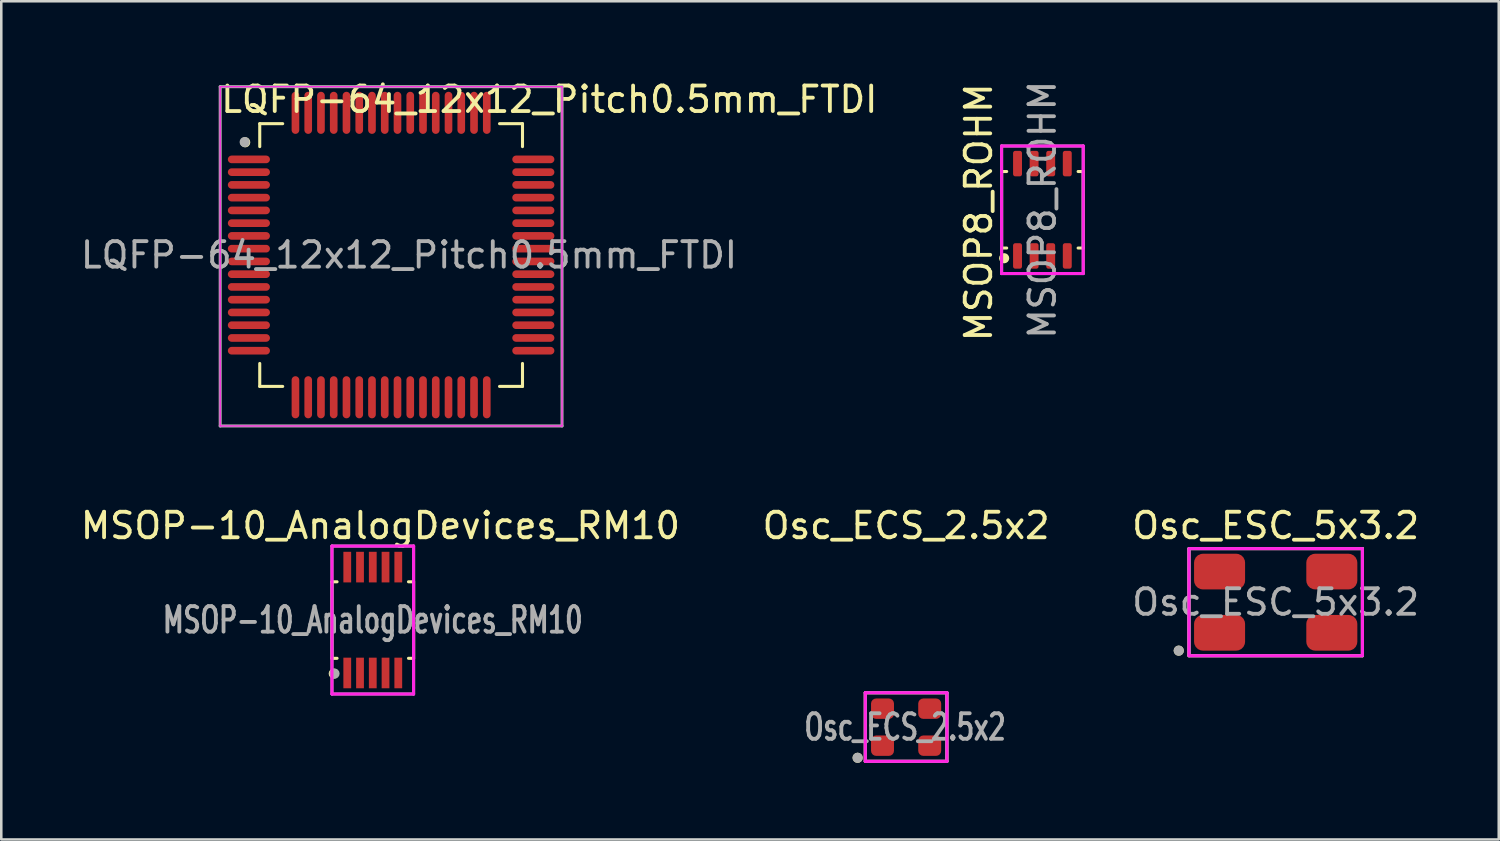
<source format=kicad_pcb>
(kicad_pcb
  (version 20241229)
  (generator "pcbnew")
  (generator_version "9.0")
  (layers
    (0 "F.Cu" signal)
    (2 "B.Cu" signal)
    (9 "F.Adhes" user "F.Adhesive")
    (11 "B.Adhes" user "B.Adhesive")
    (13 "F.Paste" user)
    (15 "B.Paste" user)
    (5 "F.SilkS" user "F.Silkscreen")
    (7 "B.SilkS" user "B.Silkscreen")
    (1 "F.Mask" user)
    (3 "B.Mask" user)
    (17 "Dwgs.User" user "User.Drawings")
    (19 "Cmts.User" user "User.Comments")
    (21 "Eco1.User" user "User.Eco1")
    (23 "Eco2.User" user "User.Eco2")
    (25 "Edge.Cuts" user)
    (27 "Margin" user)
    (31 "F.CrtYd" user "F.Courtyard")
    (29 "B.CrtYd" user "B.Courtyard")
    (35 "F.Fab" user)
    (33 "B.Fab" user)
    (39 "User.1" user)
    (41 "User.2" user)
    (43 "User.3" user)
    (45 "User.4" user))
  (footprint "LQFP-64_12x12_Pitch0.5mm_FTDI"
    (layer "F.Cu")
    (at 12.282 6.948)
    (property "Reference" "LQFP-64_12x12_Pitch0.5mm_FTDI" (at 6.2 -6.1 0) (layer "F.SilkS") (effects (font (size 1 1) (thickness 0.15))))
    (attr smd)
    (fp_line (start -5.15 -5.15) (end -5.15 -4.25) (stroke (width 0.12) (type solid)) (layer "F.SilkS"))
    (fp_line (start -5.15 5.15) (end -5.15 4.25) (stroke (width 0.12) (type solid)) (layer "F.SilkS"))
    (fp_line (start -4.25 -5.15) (end -5.15 -5.15) (stroke (width 0.12) (type solid)) (layer "F.SilkS"))
    (fp_line (start -4.25 5.15) (end -5.15 5.15) (stroke (width 0.12) (type solid)) (layer "F.SilkS"))
    (fp_line (start 4.25 -5.15) (end 5.15 -5.15) (stroke (width 0.12) (type solid)) (layer "F.SilkS"))
    (fp_line (start 4.25 5.15) (end 5.15 5.15) (stroke (width 0.12) (type solid)) (layer "F.SilkS"))
    (fp_line (start 5.15 -5.15) (end 5.15 -4.25) (stroke (width 0.12) (type solid)) (layer "F.SilkS"))
    (fp_line (start 5.15 5.15) (end 5.15 4.25) (stroke (width 0.12) (type solid)) (layer "F.SilkS"))
    (fp_circle (center -5.72 -4.42) (end -5.62 -4.42) (stroke (width 0.2) (type solid)) (fill no) (layer "F.SilkS"))
    (fp_line (start -6.7 -6.6) (end 6.7 -6.6) (stroke (width 0.05) (type solid)) (layer "F.CrtYd"))
    (fp_line (start -6.7 6.7) (end -6.7 -6.6) (stroke (width 0.05) (type solid)) (layer "F.CrtYd"))
    (fp_line (start 6.7 -6.6) (end 6.7 6.7) (stroke (width 0.05) (type solid)) (layer "F.CrtYd"))
    (fp_line (start 6.7 6.7) (end -6.7 6.7) (stroke (width 0.05) (type solid)) (layer "F.CrtYd"))
    (fp_line (start -6.7 -6.6) (end 6.7 -6.6) (stroke (width 0.12) (type solid)) (layer "F.Fab"))
    (fp_line (start -6.7 6.7) (end -6.7 -6.6) (stroke (width 0.12) (type solid)) (layer "F.Fab"))
    (fp_line (start 6.7 -6.6) (end 6.7 6.7) (stroke (width 0.12) (type solid)) (layer "F.Fab"))
    (fp_line (start 6.7 6.7) (end -6.7 6.7) (stroke (width 0.12) (type solid)) (layer "F.Fab"))
    (fp_circle (center -5.74 -4.43) (end -5.64 -4.43) (stroke (width 0.2) (type solid)) (fill no) (layer "F.Fab"))
    (fp_text user "${REFERENCE}" (at 0.7 0 0) (layer "F.Fab") (effects (font (size 1 1) (thickness 0.15))))
    (pad "1" smd oval (at -5.575 -3.75 90) (size 0.3 1.65) (layers "F.Cu" "F.Mask" "F.Paste"))
    (pad "2" smd oval (at -5.575 -3.25 90) (size 0.3 1.65) (layers "F.Cu" "F.Mask" "F.Paste"))
    (pad "3" smd oval (at -5.575 -2.75 90) (size 0.3 1.65) (layers "F.Cu" "F.Mask" "F.Paste"))
    (pad "4" smd oval (at -5.575 -2.25 90) (size 0.3 1.65) (layers "F.Cu" "F.Mask" "F.Paste"))
    (pad "5" smd oval (at -5.575 -1.75 90) (size 0.3 1.65) (layers "F.Cu" "F.Mask" "F.Paste"))
    (pad "6" smd oval (at -5.575 -1.25 90) (size 0.3 1.65) (layers "F.Cu" "F.Mask" "F.Paste"))
    (pad "7" smd oval (at -5.575 -0.75 90) (size 0.3 1.65) (layers "F.Cu" "F.Mask" "F.Paste"))
    (pad "8" smd oval (at -5.575 -0.25 90) (size 0.3 1.65) (layers "F.Cu" "F.Mask" "F.Paste"))
    (pad "9" smd oval (at -5.575 0.25 90) (size 0.3 1.65) (layers "F.Cu" "F.Mask" "F.Paste"))
    (pad "10" smd oval (at -5.575 0.75 90) (size 0.3 1.65) (layers "F.Cu" "F.Mask" "F.Paste"))
    (pad "11" smd oval (at -5.575 1.25 90) (size 0.3 1.65) (layers "F.Cu" "F.Mask" "F.Paste"))
    (pad "12" smd oval (at -5.575 1.75 90) (size 0.3 1.65) (layers "F.Cu" "F.Mask" "F.Paste"))
    (pad "13" smd oval (at -5.575 2.25 90) (size 0.3 1.65) (layers "F.Cu" "F.Mask" "F.Paste"))
    (pad "14" smd oval (at -5.575 2.75 90) (size 0.3 1.65) (layers "F.Cu" "F.Mask" "F.Paste"))
    (pad "15" smd oval (at -5.575 3.25 90) (size 0.3 1.65) (layers "F.Cu" "F.Mask" "F.Paste"))
    (pad "16" smd oval (at -5.575 3.75 90) (size 0.3 1.65) (layers "F.Cu" "F.Mask" "F.Paste"))
    (pad "17" smd oval (at -3.75 5.575) (size 0.3 1.65) (layers "F.Cu" "F.Mask" "F.Paste"))
    (pad "18" smd oval (at -3.25 5.575) (size 0.3 1.65) (layers "F.Cu" "F.Mask" "F.Paste"))
    (pad "19" smd oval (at -2.75 5.575) (size 0.3 1.65) (layers "F.Cu" "F.Mask" "F.Paste"))
    (pad "20" smd oval (at -2.25 5.575) (size 0.3 1.65) (layers "F.Cu" "F.Mask" "F.Paste"))
    (pad "21" smd oval (at -1.75 5.575) (size 0.3 1.65) (layers "F.Cu" "F.Mask" "F.Paste"))
    (pad "22" smd oval (at -1.25 5.575) (size 0.3 1.65) (layers "F.Cu" "F.Mask" "F.Paste"))
    (pad "23" smd oval (at -0.75 5.575) (size 0.3 1.65) (layers "F.Cu" "F.Mask" "F.Paste"))
    (pad "24" smd oval (at -0.25 5.575) (size 0.3 1.65) (layers "F.Cu" "F.Mask" "F.Paste"))
    (pad "25" smd oval (at 0.25 5.575) (size 0.3 1.65) (layers "F.Cu" "F.Mask" "F.Paste"))
    (pad "26" smd oval (at 0.75 5.575) (size 0.3 1.65) (layers "F.Cu" "F.Mask" "F.Paste"))
    (pad "27" smd oval (at 1.25 5.575) (size 0.3 1.65) (layers "F.Cu" "F.Mask" "F.Paste"))
    (pad "28" smd oval (at 1.75 5.575) (size 0.3 1.65) (layers "F.Cu" "F.Mask" "F.Paste"))
    (pad "29" smd oval (at 2.25 5.575) (size 0.3 1.65) (layers "F.Cu" "F.Mask" "F.Paste"))
    (pad "30" smd oval (at 2.75 5.575) (size 0.3 1.65) (layers "F.Cu" "F.Mask" "F.Paste"))
    (pad "31" smd oval (at 3.25 5.575) (size 0.3 1.65) (layers "F.Cu" "F.Mask" "F.Paste"))
    (pad "32" smd oval (at 3.75 5.575) (size 0.3 1.65) (layers "F.Cu" "F.Mask" "F.Paste"))
    (pad "33" smd oval (at 5.575 3.75 90) (size 0.3 1.65) (layers "F.Cu" "F.Mask" "F.Paste"))
    (pad "34" smd oval (at 5.575 3.25 90) (size 0.3 1.65) (layers "F.Cu" "F.Mask" "F.Paste"))
    (pad "35" smd oval (at 5.575 2.75 90) (size 0.3 1.65) (layers "F.Cu" "F.Mask" "F.Paste"))
    (pad "36" smd oval (at 5.575 2.25 90) (size 0.3 1.65) (layers "F.Cu" "F.Mask" "F.Paste"))
    (pad "37" smd oval (at 5.575 1.75 90) (size 0.3 1.65) (layers "F.Cu" "F.Mask" "F.Paste"))
    (pad "38" smd oval (at 5.575 1.25 90) (size 0.3 1.65) (layers "F.Cu" "F.Mask" "F.Paste"))
    (pad "39" smd oval (at 5.575 0.75 90) (size 0.3 1.65) (layers "F.Cu" "F.Mask" "F.Paste"))
    (pad "40" smd oval (at 5.575 0.25 90) (size 0.3 1.65) (layers "F.Cu" "F.Mask" "F.Paste"))
    (pad "41" smd oval (at 5.575 -0.25 90) (size 0.3 1.65) (layers "F.Cu" "F.Mask" "F.Paste"))
    (pad "42" smd oval (at 5.575 -0.75 90) (size 0.3 1.65) (layers "F.Cu" "F.Mask" "F.Paste"))
    (pad "43" smd oval (at 5.575 -1.25 90) (size 0.3 1.65) (layers "F.Cu" "F.Mask" "F.Paste"))
    (pad "44" smd oval (at 5.575 -1.75 90) (size 0.3 1.65) (layers "F.Cu" "F.Mask" "F.Paste"))
    (pad "45" smd oval (at 5.575 -2.25 90) (size 0.3 1.65) (layers "F.Cu" "F.Mask" "F.Paste"))
    (pad "46" smd oval (at 5.575 -2.75 90) (size 0.3 1.65) (layers "F.Cu" "F.Mask" "F.Paste"))
    (pad "47" smd oval (at 5.575 -3.25 90) (size 0.3 1.65) (layers "F.Cu" "F.Mask" "F.Paste"))
    (pad "48" smd oval (at 5.575 -3.75 90) (size 0.3 1.65) (layers "F.Cu" "F.Mask" "F.Paste"))
    (pad "49" smd oval (at 3.75 -5.575) (size 0.3 1.65) (layers "F.Cu" "F.Mask" "F.Paste"))
    (pad "50" smd oval (at 3.25 -5.575) (size 0.3 1.65) (layers "F.Cu" "F.Mask" "F.Paste"))
    (pad "51" smd oval (at 2.75 -5.575) (size 0.3 1.65) (layers "F.Cu" "F.Mask" "F.Paste"))
    (pad "52" smd oval (at 2.25 -5.575) (size 0.3 1.65) (layers "F.Cu" "F.Mask" "F.Paste"))
    (pad "53" smd oval (at 1.75 -5.575) (size 0.3 1.65) (layers "F.Cu" "F.Mask" "F.Paste"))
    (pad "54" smd oval (at 1.25 -5.575) (size 0.3 1.65) (layers "F.Cu" "F.Mask" "F.Paste"))
    (pad "55" smd oval (at 0.75 -5.575) (size 0.3 1.65) (layers "F.Cu" "F.Mask" "F.Paste"))
    (pad "56" smd oval (at 0.25 -5.575) (size 0.3 1.65) (layers "F.Cu" "F.Mask" "F.Paste"))
    (pad "57" smd oval (at -0.25 -5.575) (size 0.3 1.65) (layers "F.Cu" "F.Mask" "F.Paste"))
    (pad "58" smd oval (at -0.75 -5.575) (size 0.3 1.65) (layers "F.Cu" "F.Mask" "F.Paste"))
    (pad "59" smd oval (at -1.25 -5.575) (size 0.3 1.65) (layers "F.Cu" "F.Mask" "F.Paste"))
    (pad "60" smd oval (at -1.75 -5.575) (size 0.3 1.65) (layers "F.Cu" "F.Mask" "F.Paste"))
    (pad "61" smd oval (at -2.25 -5.575) (size 0.3 1.65) (layers "F.Cu" "F.Mask" "F.Paste"))
    (pad "62" smd oval (at -2.75 -5.575) (size 0.3 1.65) (layers "F.Cu" "F.Mask" "F.Paste"))
    (pad "63" smd oval (at -3.25 -5.575) (size 0.3 1.65) (layers "F.Cu" "F.Mask" "F.Paste"))
    (pad "64" smd oval (at -3.75 -5.575) (size 0.3 1.65) (layers "F.Cu" "F.Mask" "F.Paste")))
  (footprint "MSOP-10_AnalogDevices_RM10"
    (layer "F.Cu")
    (at 11.563 21.256)
    (property "Reference" "MSOP-10_AnalogDevices_RM10" (at 0.3 -3.7 180) (layer "F.SilkS") (effects (font (size 1 1) (thickness 0.15))))
    (attr smd)
    (fp_line (start -1.6 -1.5) (end -1.6 1.5) (stroke (width 0.12) (type solid)) (layer "F.SilkS"))
    (fp_line (start -1.6 -1.5) (end -1.4 -1.5) (stroke (width 0.12) (type solid)) (layer "F.SilkS"))
    (fp_line (start -1.6 1.5) (end -1.4 1.5) (stroke (width 0.12) (type solid)) (layer "F.SilkS"))
    (fp_line (start 1.6 -1.5) (end 1.4 -1.5) (stroke (width 0.12) (type solid)) (layer "F.SilkS"))
    (fp_line (start 1.6 1.5) (end 1.4 1.5) (stroke (width 0.12) (type solid)) (layer "F.SilkS"))
    (fp_line (start 1.6 1.5) (end 1.6 -1.5) (stroke (width 0.12) (type solid)) (layer "F.SilkS"))
    (fp_circle (center -1.529 2.1) (end -1.429 2.1) (stroke (width 0.2) (type solid)) (fill no) (layer "F.SilkS"))
    (fp_line (start -1.6 -2.9) (end 1.6 -2.9) (stroke (width 0.12) (type solid)) (layer "F.CrtYd"))
    (fp_line (start -1.6 2.9) (end -1.6 -2.9) (stroke (width 0.12) (type solid)) (layer "F.CrtYd"))
    (fp_line (start 1.6 -2.9) (end 1.6 2.9) (stroke (width 0.12) (type solid)) (layer "F.CrtYd"))
    (fp_line (start 1.6 2.9) (end -1.6 2.9) (stroke (width 0.12) (type solid)) (layer "F.CrtYd"))
    (fp_line (start -1.6 -2.9) (end 1.6 -2.9) (stroke (width 0.12) (type solid)) (layer "F.Fab"))
    (fp_line (start -1.6 2.9) (end -1.6 -2.9) (stroke (width 0.12) (type solid)) (layer "F.Fab"))
    (fp_line (start 1.6 -2.9) (end 1.6 2.9) (stroke (width 0.12) (type solid)) (layer "F.Fab"))
    (fp_line (start 1.6 2.9) (end -1.6 2.9) (stroke (width 0.12) (type solid)) (layer "F.Fab"))
    (fp_circle (center -1.5 2.1) (end -1.4 2.1) (stroke (width 0.2) (type solid)) (fill no) (layer "F.Fab"))
    (fp_text user "${REFERENCE}" (at 0 0 0) (layer "F.Fab") (effects (font (size 1 0.7) (thickness 0.15))))
    (pad "1" smd rect (at -1 2.075) (size 0.305 1.2) (layers "F.Cu" "F.Mask" "F.Paste"))
    (pad "2" smd rect (at -0.5 2.075) (size 0.305 1.2) (layers "F.Cu" "F.Mask" "F.Paste"))
    (pad "3" smd rect (at 0 2.075) (size 0.305 1.2) (layers "F.Cu" "F.Mask" "F.Paste"))
    (pad "4" smd rect (at 0.5 2.075) (size 0.305 1.2) (layers "F.Cu" "F.Mask" "F.Paste"))
    (pad "5" smd rect (at 1 2.075) (size 0.305 1.2) (layers "F.Cu" "F.Mask" "F.Paste"))
    (pad "6" smd rect (at 1 -2.075) (size 0.305 1.2) (layers "F.Cu" "F.Mask" "F.Paste"))
    (pad "7" smd rect (at 0.5 -2.075) (size 0.305 1.2) (layers "F.Cu" "F.Mask" "F.Paste"))
    (pad "8" smd rect (at 0 -2.075) (size 0.305 1.2) (layers "F.Cu" "F.Mask" "F.Paste"))
    (pad "9" smd rect (at -0.5 -2.075) (size 0.305 1.2) (layers "F.Cu" "F.Mask" "F.Paste"))
    (pad "10" smd rect (at -1 -2.075) (size 0.305 1.2) (layers "F.Cu" "F.Mask" "F.Paste")))
  (footprint "MSOP8_ROHM"
    (layer "F.Cu")
    (at 37.813 5.173)
    (property "Reference" "MSOP8_ROHM" (at -2.5 0.1 90) (layer "F.SilkS") (effects (font (size 1 1) (thickness 0.15))))
    (attr smd)
    (fp_line (start -1.6 -1.5) (end -1.4 -1.5) (stroke (width 0.12) (type solid)) (layer "F.SilkS"))
    (fp_line (start -1.6 1.5) (end -1.6 -1.5) (stroke (width 0.12) (type solid)) (layer "F.SilkS"))
    (fp_line (start -1.6 1.5) (end -1.4 1.5) (stroke (width 0.12) (type solid)) (layer "F.SilkS"))
    (fp_line (start 1.6 -1.5) (end 1.4 -1.5) (stroke (width 0.12) (type solid)) (layer "F.SilkS"))
    (fp_line (start 1.6 -1.5) (end 1.6 1.5) (stroke (width 0.12) (type solid)) (layer "F.SilkS"))
    (fp_line (start 1.6 1.5) (end 1.4 1.5) (stroke (width 0.12) (type solid)) (layer "F.SilkS"))
    (fp_circle (center -1.5 1.9) (end -1.4 1.9) (stroke (width 0.2) (type solid)) (fill no) (layer "F.SilkS"))
    (fp_line (start -1.6 -2.5) (end 1.6 -2.5) (stroke (width 0.12) (type solid)) (layer "F.CrtYd"))
    (fp_line (start -1.6 2.5) (end -1.6 -2.5) (stroke (width 0.12) (type solid)) (layer "F.CrtYd"))
    (fp_line (start 1.6 -2.5) (end 1.6 2.5) (stroke (width 0.12) (type solid)) (layer "F.CrtYd"))
    (fp_line (start 1.6 2.5) (end -1.6 2.5) (stroke (width 0.12) (type solid)) (layer "F.CrtYd"))
    (fp_line (start -1.6 -2.5) (end 1.6 -2.5) (stroke (width 0.12) (type solid)) (layer "F.Fab"))
    (fp_line (start -1.6 2.5) (end -1.6 -2.5) (stroke (width 0.12) (type solid)) (layer "F.Fab"))
    (fp_line (start 1.6 -2.5) (end 1.6 2.5) (stroke (width 0.12) (type solid)) (layer "F.Fab"))
    (fp_line (start 1.6 2.5) (end -1.6 2.5) (stroke (width 0.12) (type solid)) (layer "F.Fab"))
    (fp_text user "${REFERENCE}" (at 0 0 90) (layer "F.Fab") (effects (font (size 1 1) (thickness 0.15))))
    (pad "1" smd roundrect (at -0.975 1.81) (size 0.35 1) (layers "F.Cu" "F.Mask" "F.Paste") (roundrect_rratio 0.25))
    (pad "2" smd roundrect (at -0.325 1.81) (size 0.35 1) (layers "F.Cu" "F.Mask" "F.Paste") (roundrect_rratio 0.25))
    (pad "3" smd roundrect (at 0.325 1.81) (size 0.35 1) (layers "F.Cu" "F.Mask" "F.Paste") (roundrect_rratio 0.25))
    (pad "4" smd roundrect (at 0.975 1.81) (size 0.35 1) (layers "F.Cu" "F.Mask" "F.Paste") (roundrect_rratio 0.25))
    (pad "5" smd roundrect (at 0.975 -1.81) (size 0.35 1) (layers "F.Cu" "F.Mask" "F.Paste") (roundrect_rratio 0.25))
    (pad "6" smd roundrect (at 0.325 -1.81) (size 0.35 1) (layers "F.Cu" "F.Mask" "F.Paste") (roundrect_rratio 0.25))
    (pad "7" smd roundrect (at -0.325 -1.81) (size 0.35 1) (layers "F.Cu" "F.Mask" "F.Paste") (roundrect_rratio 0.25))
    (pad "8" smd roundrect (at -0.975 -1.81) (size 0.35 1) (layers "F.Cu" "F.Mask" "F.Paste") (roundrect_rratio 0.25)))
  (footprint "Osc_ESC_5x3.2"
    (layer "F.Cu")
    (at 46.958 20.556)
    (property "Reference" "Osc_ESC_5x3.2" (at 0 -3 0) (unlocked yes) (layer "F.SilkS") (effects (font (size 1 1) (thickness 0.15))))
    (attr smd)
    (fp_line (start -3.4 -2.1) (end 3.4 -2.1) (stroke (width 0.12) (type solid)) (layer "F.SilkS"))
    (fp_line (start -3.4 2.1) (end -3.4 -2.1) (stroke (width 0.12) (type solid)) (layer "F.SilkS"))
    (fp_line (start 3.4 -2.1) (end 3.4 2.1) (stroke (width 0.12) (type solid)) (layer "F.SilkS"))
    (fp_line (start 3.4 2.1) (end -3.4 2.1) (stroke (width 0.12) (type solid)) (layer "F.SilkS"))
    (fp_circle (center -3.8 1.9) (end -3.7 1.9) (stroke (width 0.2) (type solid)) (fill no) (layer "F.SilkS"))
    (fp_rect (start -3.4 -2.1) (end 3.4 2.1) (stroke (width 0.12) (type solid)) (fill no) (layer "F.CrtYd"))
    (fp_rect (start -3.4 -2.1) (end 3.4 2.1) (stroke (width 0.12) (type solid)) (fill no) (layer "F.Fab"))
    (fp_circle (center -3.8 1.9) (end -3.7 1.9) (stroke (width 0.2) (type solid)) (fill no) (layer "F.Fab"))
    (fp_text user "${REFERENCE}" (at 0 0 0) (unlocked yes) (layer "F.Fab") (effects (font (size 1 1) (thickness 0.15))))
    (pad "1" smd roundrect (at -2.2 1.2) (size 2 1.4) (layers "F.Cu" "F.Mask" "F.Paste") (roundrect_rratio 0.25))
    (pad "2" smd roundrect (at 2.2 1.2) (size 2 1.4) (layers "F.Cu" "F.Mask" "F.Paste") (roundrect_rratio 0.25))
    (pad "3" smd roundrect (at 2.2 -1.2) (size 2 1.4) (layers "F.Cu" "F.Mask" "F.Paste") (roundrect_rratio 0.25))
    (pad "4" smd roundrect (at -2.2 -1.2) (size 2 1.4) (layers "F.Cu" "F.Mask" "F.Paste") (roundrect_rratio 0.25)))
  (footprint "Osc_ECS_2.5x2"
    (layer "F.Cu")
    (at 32.47 25.456)
    (property "Reference" "Osc_ECS_2.5x2" (at 0 -7.9 0) (layer "F.SilkS") (effects (font (size 1 1) (thickness 0.15))))
    (attr through_hole)
    (fp_line (start -1.6 -1.35) (end 1.6 -1.35) (stroke (width 0.12) (type solid)) (layer "F.SilkS"))
    (fp_line (start -1.6 1.34) (end -1.6 -1.35) (stroke (width 0.12) (type solid)) (layer "F.SilkS"))
    (fp_line (start 1.6 -1.35) (end 1.6 1.34) (stroke (width 0.12) (type solid)) (layer "F.SilkS"))
    (fp_line (start 1.6 1.34) (end -1.6 1.34) (stroke (width 0.12) (type solid)) (layer "F.SilkS"))
    (fp_circle (center -1.9 1.2) (end -1.8 1.2) (stroke (width 0.2) (type solid)) (fill no) (layer "F.SilkS"))
    (fp_line (start -1.6 -1.35) (end 1.6 -1.35) (stroke (width 0.12) (type solid)) (layer "F.CrtYd"))
    (fp_line (start -1.6 1.34) (end -1.6 -1.35) (stroke (width 0.12) (type solid)) (layer "F.CrtYd"))
    (fp_line (start 1.6 -1.35) (end 1.6 1.34) (stroke (width 0.12) (type solid)) (layer "F.CrtYd"))
    (fp_line (start 1.6 1.34) (end -1.6 1.34) (stroke (width 0.12) (type solid)) (layer "F.CrtYd"))
    (fp_line (start -1.6 -1.35) (end 1.6 -1.35) (stroke (width 0.12) (type solid)) (layer "F.Fab"))
    (fp_line (start -1.6 1.34) (end -1.6 -1.35) (stroke (width 0.12) (type solid)) (layer "F.Fab"))
    (fp_line (start 1.6 -1.35) (end 1.6 1.34) (stroke (width 0.12) (type solid)) (layer "F.Fab"))
    (fp_line (start 1.6 1.34) (end -1.6 1.34) (stroke (width 0.12) (type solid)) (layer "F.Fab"))
    (fp_circle (center -1.9 1.2) (end -1.8 1.2) (stroke (width 0.2) (type solid)) (fill no) (layer "F.Fab"))
    (fp_text user "${REFERENCE}" (at -0.04 0 0) (layer "F.Fab") (effects (font (size 1 0.7) (thickness 0.15))))
    (pad "1" smd roundrect (at -0.925 0.725) (size 0.9 0.8) (layers "F.Cu" "F.Mask" "F.Paste") (roundrect_rratio 0.25))
    (pad "2" smd roundrect (at 0.925 0.725) (size 0.9 0.8) (layers "F.Cu" "F.Mask" "F.Paste") (roundrect_rratio 0.25))
    (pad "3" smd roundrect (at 0.925 -0.725) (size 0.9 0.8) (layers "F.Cu" "F.Mask" "F.Paste") (roundrect_rratio 0.25))
    (pad "4" smd roundrect (at -0.925 -0.725) (size 0.9 0.8) (layers "F.Cu" "F.Mask" "F.Paste") (roundrect_rratio 0.25)))
  (gr_rect
    (start -3 -3)
    (end 55.702 29.857)
    (stroke (width 0.1) (type default))
    (fill no)
    (layer "Edge.Cuts")))
</source>
